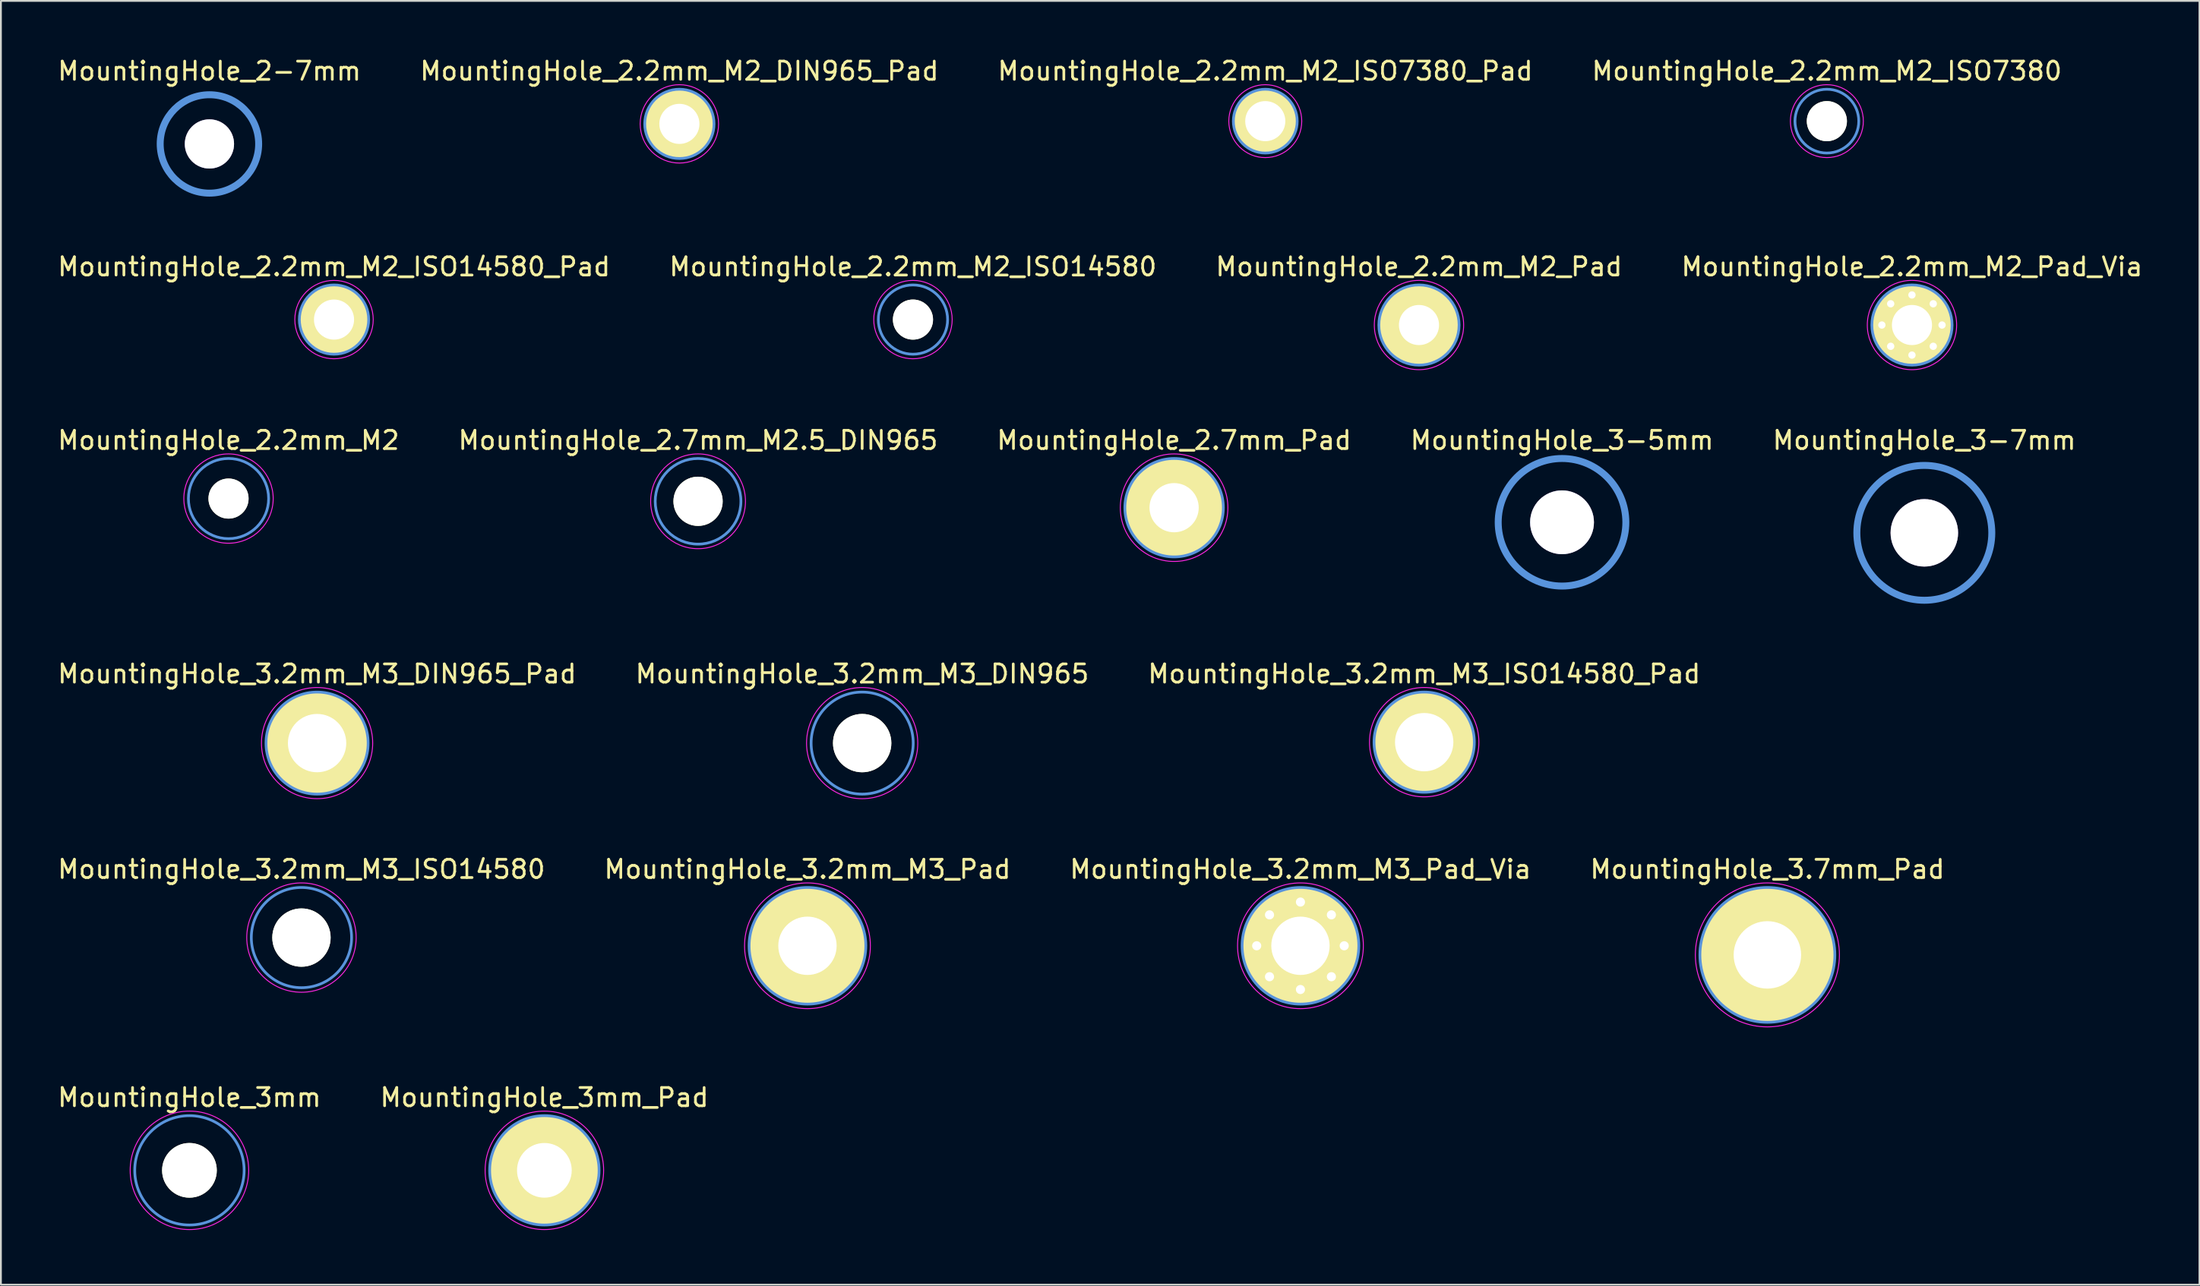
<source format=kicad_pcb>
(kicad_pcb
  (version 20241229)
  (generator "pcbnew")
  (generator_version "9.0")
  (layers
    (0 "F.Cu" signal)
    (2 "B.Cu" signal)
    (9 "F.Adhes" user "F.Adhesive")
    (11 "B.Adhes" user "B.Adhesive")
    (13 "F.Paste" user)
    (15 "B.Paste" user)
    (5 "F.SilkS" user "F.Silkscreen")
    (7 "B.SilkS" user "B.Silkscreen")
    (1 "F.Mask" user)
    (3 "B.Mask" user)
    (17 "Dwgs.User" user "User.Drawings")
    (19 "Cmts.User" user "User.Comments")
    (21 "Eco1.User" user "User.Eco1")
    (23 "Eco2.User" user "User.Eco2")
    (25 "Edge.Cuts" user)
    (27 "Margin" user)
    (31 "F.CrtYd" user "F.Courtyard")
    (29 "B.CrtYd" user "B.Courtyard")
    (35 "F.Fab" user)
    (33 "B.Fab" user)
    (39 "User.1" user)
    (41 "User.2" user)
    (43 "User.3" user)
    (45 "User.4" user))
  (footprint "MountingHole_2.2mm_M2_ISO14580"
    (layer "F.Cu")
    (at 47.018 14.488)
    (property "Reference" "MountingHole_2.2mm_M2_ISO14580" (at 0 -2.9 0) (layer "F.SilkS") (effects (font (size 1 1) (thickness 0.15))))
    (attr through_hole)
    (fp_circle (center 0 0) (end 1.9 0) (stroke (width 0.15) (type solid)) (fill no) (layer "Cmts.User"))
    (fp_circle (center 0 0) (end 2.15 0) (stroke (width 0.05) (type solid)) (fill no) (layer "F.CrtYd"))
    (pad "" np_thru_hole circle (at 0 0) (size 2.2 2.2) (drill 2.2) (layers "*.Cu" "*.Mask" "F.SilkS")))
  (footprint "MountingHole_3mm_Pad"
    (layer "F.Cu")
    (at 26.804 61.176)
    (property "Reference" "MountingHole_3mm_Pad" (at 0 -4 0) (layer "F.SilkS") (effects (font (size 1 1) (thickness 0.15))))
    (attr through_hole)
    (fp_circle (center 0 0) (end 3 0) (stroke (width 0.15) (type solid)) (fill no) (layer "Cmts.User"))
    (fp_circle (center 0 0) (end 3.25 0) (stroke (width 0.05) (type solid)) (fill no) (layer "F.CrtYd"))
    (pad "1" thru_hole circle (at 0 0) (size 6 6) (drill 3) (layers "*.Cu" "*.Mask" "F.SilkS")))
  (footprint "MountingHole_2.2mm_M2_ISO7380"
    (layer "F.Cu")
    (at 97.137 3.598)
    (property "Reference" "MountingHole_2.2mm_M2_ISO7380" (at 0 -2.75 0) (layer "F.SilkS") (effects (font (size 1 1) (thickness 0.15))))
    (attr through_hole)
    (fp_circle (center 0 0) (end 1.75 0) (stroke (width 0.15) (type solid)) (fill no) (layer "Cmts.User"))
    (fp_circle (center 0 0) (end 2 0) (stroke (width 0.05) (type solid)) (fill no) (layer "F.CrtYd"))
    (pad "" np_thru_hole circle (at 0 0) (size 2.2 2.2) (drill 2.2) (layers "*.Cu" "*.Mask" "F.SilkS")))
  (footprint "MountingHole_3mm"
    (layer "F.Cu")
    (at 7.339 61.176)
    (property "Reference" "MountingHole_3mm" (at 0 -4 0) (layer "F.SilkS") (effects (font (size 1 1) (thickness 0.15))))
    (attr through_hole)
    (fp_circle (center 0 0) (end 3 0) (stroke (width 0.15) (type solid)) (fill no) (layer "Cmts.User"))
    (fp_circle (center 0 0) (end 3.25 0) (stroke (width 0.05) (type solid)) (fill no) (layer "F.CrtYd"))
    (pad "" np_thru_hole circle (at 0 0) (size 3 3) (drill 3) (layers "*.Cu" "*.Mask" "F.SilkS")))
  (footprint "MountingHole_3-7mm"
    (layer "F.Cu")
    (at 102.482 26.191)
    (property "Reference" "MountingHole_3-7mm" (at 0 -5.08 0) (layer "F.SilkS") (effects (font (size 1 1) (thickness 0.15))))
    (attr through_hole)
    (fp_circle (center 0 0) (end 3.7 0) (stroke (width 0.381) (type solid)) (fill no) (layer "Cmts.User"))
    (pad "" thru_hole circle (at 0 0) (size 3.7 3.7) (drill 3.7) (layers)))
  (footprint "MountingHole_2.2mm_M2_ISO7380_Pad"
    (layer "F.Cu")
    (at 66.339 3.598)
    (property "Reference" "MountingHole_2.2mm_M2_ISO7380_Pad" (at 0 -2.75 0) (layer "F.SilkS") (effects (font (size 1 1) (thickness 0.15))))
    (attr through_hole)
    (fp_circle (center 0 0) (end 1.75 0) (stroke (width 0.15) (type solid)) (fill no) (layer "Cmts.User"))
    (fp_circle (center 0 0) (end 2 0) (stroke (width 0.05) (type solid)) (fill no) (layer "F.CrtYd"))
    (pad "1" thru_hole circle (at 0 0) (size 3.5 3.5) (drill 2.2) (layers "*.Cu" "*.Mask" "F.SilkS")))
  (footprint "MountingHole_3.2mm_M3_DIN965"
    (layer "F.Cu")
    (at 44.232 37.73)
    (property "Reference" "MountingHole_3.2mm_M3_DIN965" (at 0 -3.8 0) (layer "F.SilkS") (effects (font (size 1 1) (thickness 0.15))))
    (attr through_hole)
    (fp_circle (center 0 0) (end 2.8 0) (stroke (width 0.15) (type solid)) (fill no) (layer "Cmts.User"))
    (fp_circle (center 0 0) (end 3.05 0) (stroke (width 0.05) (type solid)) (fill no) (layer "F.CrtYd"))
    (pad "" np_thru_hole circle (at 0 0) (size 3.2 3.2) (drill 3.2) (layers "*.Cu" "*.Mask" "F.SilkS")))
  (footprint "MountingHole_2-7mm"
    (layer "F.Cu")
    (at 8.435 4.849)
    (property "Reference" "MountingHole_2-7mm" (at 0 -4 0) (layer "F.SilkS") (effects (font (size 1 1) (thickness 0.15))))
    (attr through_hole)
    (fp_circle (center 0 0) (end 2.7 0) (stroke (width 0.381) (type solid)) (fill no) (layer "Cmts.User"))
    (pad "" thru_hole circle (at 0 0) (size 2.7 2.7) (drill 2.7) (layers)))
  (footprint "MountingHole_2.2mm_M2_Pad"
    (layer "F.Cu")
    (at 74.768 14.787)
    (property "Reference" "MountingHole_2.2mm_M2_Pad" (at 0 -3.2 0) (layer "F.SilkS") (effects (font (size 1 1) (thickness 0.15))))
    (attr through_hole)
    (fp_circle (center 0 0) (end 2.2 0) (stroke (width 0.15) (type solid)) (fill no) (layer "Cmts.User"))
    (fp_circle (center 0 0) (end 2.45 0) (stroke (width 0.05) (type solid)) (fill no) (layer "F.CrtYd"))
    (pad "1" thru_hole circle (at 0 0) (size 4.4 4.4) (drill 2.2) (layers "*.Cu" "*.Mask" "F.SilkS")))
  (footprint "MountingHole_2.2mm_M2_ISO14580_Pad"
    (layer "F.Cu")
    (at 15.268 14.488)
    (property "Reference" "MountingHole_2.2mm_M2_ISO14580_Pad" (at 0 -2.9 0) (layer "F.SilkS") (effects (font (size 1 1) (thickness 0.15))))
    (attr through_hole)
    (fp_circle (center 0 0) (end 1.9 0) (stroke (width 0.15) (type solid)) (fill no) (layer "Cmts.User"))
    (fp_circle (center 0 0) (end 2.15 0) (stroke (width 0.05) (type solid)) (fill no) (layer "F.CrtYd"))
    (pad "1" thru_hole circle (at 0 0) (size 3.8 3.8) (drill 2.2) (layers "*.Cu" "*.Mask" "F.SilkS")))
  (footprint "MountingHole_3.2mm_M3_DIN965_Pad"
    (layer "F.Cu")
    (at 14.339 37.73)
    (property "Reference" "MountingHole_3.2mm_M3_DIN965_Pad" (at 0 -3.8 0) (layer "F.SilkS") (effects (font (size 1 1) (thickness 0.15))))
    (attr through_hole)
    (fp_circle (center 0 0) (end 2.8 0) (stroke (width 0.15) (type solid)) (fill no) (layer "Cmts.User"))
    (fp_circle (center 0 0) (end 3.05 0) (stroke (width 0.05) (type solid)) (fill no) (layer "F.CrtYd"))
    (pad "1" thru_hole circle (at 0 0) (size 5.6 5.6) (drill 3.2) (layers "*.Cu" "*.Mask" "F.SilkS")))
  (footprint "MountingHole_3.2mm_M3_Pad"
    (layer "F.Cu")
    (at 41.232 48.853)
    (property "Reference" "MountingHole_3.2mm_M3_Pad" (at 0 -4.2 0) (layer "F.SilkS") (effects (font (size 1 1) (thickness 0.15))))
    (attr through_hole)
    (fp_circle (center 0 0) (end 3.2 0) (stroke (width 0.15) (type solid)) (fill no) (layer "Cmts.User"))
    (fp_circle (center 0 0) (end 3.45 0) (stroke (width 0.05) (type solid)) (fill no) (layer "F.CrtYd"))
    (pad "1" thru_hole circle (at 0 0) (size 6.4 6.4) (drill 3.2) (layers "*.Cu" "*.Mask" "F.SilkS")))
  (footprint "MountingHole_3-5mm"
    (layer "F.Cu")
    (at 82.613 25.612)
    (property "Reference" "MountingHole_3-5mm" (at 0 -4.501 0) (layer "F.SilkS") (effects (font (size 1 1) (thickness 0.15))))
    (attr through_hole)
    (fp_circle (center 0 0) (end 3.5 0) (stroke (width 0.381) (type solid)) (fill no) (layer "Cmts.User"))
    (pad "" thru_hole circle (at 0 0) (size 3.5 3.5) (drill 3.5) (layers)))
  (footprint "MountingHole_3.2mm_M3_Pad_Via"
    (layer "F.Cu")
    (at 68.268 48.853)
    (property "Reference" "MountingHole_3.2mm_M3_Pad_Via" (at 0 -4.2 0) (layer "F.SilkS") (effects (font (size 1 1) (thickness 0.15))))
    (attr through_hole)
    (fp_circle (center 0 0) (end 3.2 0) (stroke (width 0.15) (type solid)) (fill no) (layer "Cmts.User"))
    (fp_circle (center 0 0) (end 3.45 0) (stroke (width 0.05) (type solid)) (fill no) (layer "F.CrtYd"))
    (pad "" thru_hole circle (at -2.4 0) (size 0.6 0.6) (drill 0.5) (layers "*.Cu" "*.Mask"))
    (pad "" thru_hole circle (at -1.697 -1.697) (size 0.6 0.6) (drill 0.5) (layers "*.Cu" "*.Mask"))
    (pad "" thru_hole circle (at -1.697 1.697) (size 0.6 0.6) (drill 0.5) (layers "*.Cu" "*.Mask"))
    (pad "" thru_hole circle (at 0 -2.4) (size 0.6 0.6) (drill 0.5) (layers "*.Cu" "*.Mask"))
    (pad "" thru_hole circle (at 0 2.4) (size 0.6 0.6) (drill 0.5) (layers "*.Cu" "*.Mask"))
    (pad "" thru_hole circle (at 1.697 -1.697) (size 0.6 0.6) (drill 0.5) (layers "*.Cu" "*.Mask"))
    (pad "" thru_hole circle (at 1.697 1.697) (size 0.6 0.6) (drill 0.5) (layers "*.Cu" "*.Mask"))
    (pad "" thru_hole circle (at 2.4 0) (size 0.6 0.6) (drill 0.5) (layers "*.Cu" "*.Mask"))
    (pad "1" thru_hole circle (at 0 0) (size 6.4 6.4) (drill 3.2) (layers "*.Cu" "*.Mask" "F.SilkS")))
  (footprint "MountingHole_3.2mm_M3_ISO14580"
    (layer "F.Cu")
    (at 13.482 48.403)
    (property "Reference" "MountingHole_3.2mm_M3_ISO14580" (at 0 -3.75 0) (layer "F.SilkS") (effects (font (size 1 1) (thickness 0.15))))
    (attr through_hole)
    (fp_circle (center 0 0) (end 2.75 0) (stroke (width 0.15) (type solid)) (fill no) (layer "Cmts.User"))
    (fp_circle (center 0 0) (end 3 0) (stroke (width 0.05) (type solid)) (fill no) (layer "F.CrtYd"))
    (pad "" np_thru_hole circle (at 0 0) (size 3.2 3.2) (drill 3.2) (layers "*.Cu" "*.Mask" "F.SilkS")))
  (footprint "MountingHole_2.7mm_Pad"
    (layer "F.Cu")
    (at 61.339 24.811)
    (property "Reference" "MountingHole_2.7mm_Pad" (at 0 -3.7 0) (layer "F.SilkS") (effects (font (size 1 1) (thickness 0.15))))
    (attr through_hole)
    (fp_circle (center 0 0) (end 2.7 0) (stroke (width 0.15) (type solid)) (fill no) (layer "Cmts.User"))
    (fp_circle (center 0 0) (end 2.95 0) (stroke (width 0.05) (type solid)) (fill no) (layer "F.CrtYd"))
    (pad "1" thru_hole circle (at 0 0) (size 5.4 5.4) (drill 2.7) (layers "*.Cu" "*.Mask" "F.SilkS")))
  (footprint "MountingHole_3.2mm_M3_ISO14580_Pad"
    (layer "F.Cu")
    (at 75.054 37.679)
    (property "Reference" "MountingHole_3.2mm_M3_ISO14580_Pad" (at 0 -3.75 0) (layer "F.SilkS") (effects (font (size 1 1) (thickness 0.15))))
    (attr through_hole)
    (fp_circle (center 0 0) (end 2.75 0) (stroke (width 0.15) (type solid)) (fill no) (layer "Cmts.User"))
    (fp_circle (center 0 0) (end 3 0) (stroke (width 0.05) (type solid)) (fill no) (layer "F.CrtYd"))
    (pad "1" thru_hole circle (at 0 0) (size 5.5 5.5) (drill 3.2) (layers "*.Cu" "*.Mask" "F.SilkS")))
  (footprint "MountingHole_2.2mm_M2"
    (layer "F.Cu")
    (at 9.482 24.311)
    (property "Reference" "MountingHole_2.2mm_M2" (at 0 -3.2 0) (layer "F.SilkS") (effects (font (size 1 1) (thickness 0.15))))
    (attr through_hole)
    (fp_circle (center 0 0) (end 2.2 0) (stroke (width 0.15) (type solid)) (fill no) (layer "Cmts.User"))
    (fp_circle (center 0 0) (end 2.45 0) (stroke (width 0.05) (type solid)) (fill no) (layer "F.CrtYd"))
    (pad "" np_thru_hole circle (at 0 0) (size 2.2 2.2) (drill 2.2) (layers "*.Cu" "*.Mask" "F.SilkS")))
  (footprint "MountingHole_2.2mm_M2_DIN965_Pad"
    (layer "F.Cu")
    (at 34.208 3.748)
    (property "Reference" "MountingHole_2.2mm_M2_DIN965_Pad" (at 0 -2.9 0) (layer "F.SilkS") (effects (font (size 1 1) (thickness 0.15))))
    (attr through_hole)
    (fp_circle (center 0 0) (end 1.9 0) (stroke (width 0.15) (type solid)) (fill no) (layer "Cmts.User"))
    (fp_circle (center 0 0) (end 2.15 0) (stroke (width 0.05) (type solid)) (fill no) (layer "F.CrtYd"))
    (pad "1" thru_hole circle (at 0 0) (size 3.8 3.8) (drill 2.2) (layers "*.Cu" "*.Mask" "F.SilkS")))
  (footprint "MountingHole_2.2mm_M2_Pad_Via"
    (layer "F.Cu")
    (at 101.804 14.787)
    (property "Reference" "MountingHole_2.2mm_M2_Pad_Via" (at 0 -3.2 0) (layer "F.SilkS") (effects (font (size 1 1) (thickness 0.15))))
    (attr through_hole)
    (fp_circle (center 0 0) (end 2.2 0) (stroke (width 0.15) (type solid)) (fill no) (layer "Cmts.User"))
    (fp_circle (center 0 0) (end 2.45 0) (stroke (width 0.05) (type solid)) (fill no) (layer "F.CrtYd"))
    (pad "" thru_hole circle (at -1.65 0) (size 0.6 0.6) (drill 0.4) (layers "*.Cu" "*.Mask"))
    (pad "" thru_hole circle (at -1.167 -1.167) (size 0.6 0.6) (drill 0.4) (layers "*.Cu" "*.Mask"))
    (pad "" thru_hole circle (at -1.167 1.167) (size 0.6 0.6) (drill 0.4) (layers "*.Cu" "*.Mask"))
    (pad "" thru_hole circle (at 0 -1.65) (size 0.6 0.6) (drill 0.4) (layers "*.Cu" "*.Mask"))
    (pad "" thru_hole circle (at 0 1.65) (size 0.6 0.6) (drill 0.4) (layers "*.Cu" "*.Mask"))
    (pad "" thru_hole circle (at 1.167 -1.167) (size 0.6 0.6) (drill 0.4) (layers "*.Cu" "*.Mask"))
    (pad "" thru_hole circle (at 1.167 1.167) (size 0.6 0.6) (drill 0.4) (layers "*.Cu" "*.Mask"))
    (pad "" thru_hole circle (at 1.65 0) (size 0.6 0.6) (drill 0.4) (layers "*.Cu" "*.Mask"))
    (pad "1" thru_hole circle (at 0 0) (size 4.4 4.4) (drill 2.2) (layers "*.Cu" "*.Mask" "F.SilkS")))
  (footprint "MountingHole_2.7mm_M2.5_DIN965"
    (layer "F.Cu")
    (at 35.232 24.461)
    (property "Reference" "MountingHole_2.7mm_M2.5_DIN965" (at 0 -3.35 0) (layer "F.SilkS") (effects (font (size 1 1) (thickness 0.15))))
    (attr through_hole)
    (fp_circle (center 0 0) (end 2.35 0) (stroke (width 0.15) (type solid)) (fill no) (layer "Cmts.User"))
    (fp_circle (center 0 0) (end 2.6 0) (stroke (width 0.05) (type solid)) (fill no) (layer "F.CrtYd"))
    (pad "" np_thru_hole circle (at 0 0) (size 2.7 2.7) (drill 2.7) (layers "*.Cu" "*.Mask" "F.SilkS")))
  (footprint "MountingHole_3.7mm_Pad"
    (layer "F.Cu")
    (at 93.875 49.353)
    (property "Reference" "MountingHole_3.7mm_Pad" (at 0 -4.7 0) (layer "F.SilkS") (effects (font (size 1 1) (thickness 0.15))))
    (attr through_hole)
    (fp_circle (center 0 0) (end 3.7 0) (stroke (width 0.15) (type solid)) (fill no) (layer "Cmts.User"))
    (fp_circle (center 0 0) (end 3.95 0) (stroke (width 0.05) (type solid)) (fill no) (layer "F.CrtYd"))
    (pad "1" thru_hole circle (at 0 0) (size 7.4 7.4) (drill 3.7) (layers "*.Cu" "*.Mask" "F.SilkS")))
  (gr_rect
    (start -3 -3)
    (end 117.571 67.451)
    (stroke (width 0.1) (type default))
    (fill no)
    (layer "Edge.Cuts")))
</source>
